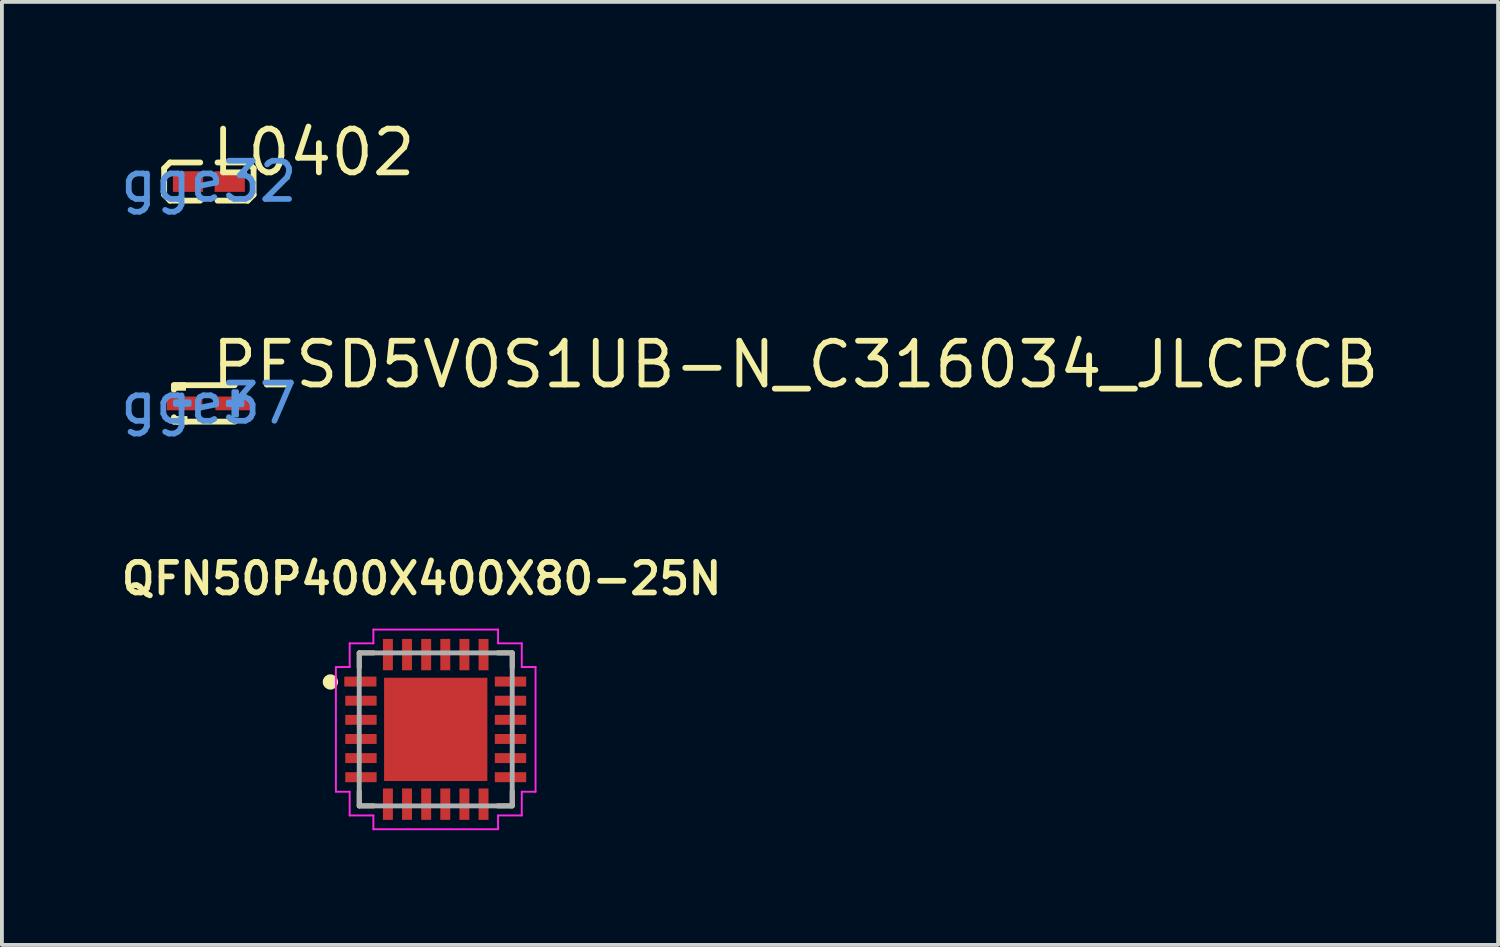
<source format=kicad_pcb>
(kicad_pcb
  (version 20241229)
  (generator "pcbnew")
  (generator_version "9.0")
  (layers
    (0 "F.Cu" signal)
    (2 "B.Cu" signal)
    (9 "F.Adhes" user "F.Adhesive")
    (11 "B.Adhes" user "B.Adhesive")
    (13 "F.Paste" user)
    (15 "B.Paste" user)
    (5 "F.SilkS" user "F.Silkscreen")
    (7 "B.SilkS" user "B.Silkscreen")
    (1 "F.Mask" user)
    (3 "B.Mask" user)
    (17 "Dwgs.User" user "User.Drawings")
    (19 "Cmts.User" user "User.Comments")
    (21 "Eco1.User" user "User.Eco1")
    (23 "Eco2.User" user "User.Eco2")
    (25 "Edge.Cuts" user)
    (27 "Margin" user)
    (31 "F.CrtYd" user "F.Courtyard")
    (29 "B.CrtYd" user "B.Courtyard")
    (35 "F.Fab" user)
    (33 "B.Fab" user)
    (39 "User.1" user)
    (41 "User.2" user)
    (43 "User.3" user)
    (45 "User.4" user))
  (footprint "PESD5V0S1UB-N_C316034_JLCPCB"
    (layer "F.Cu")
    (at 2.411 7.497)
    (property "Reference" "PESD5V0S1UB-N_C316034_JLCPCB" (at 0 -1.016 0) (layer "F.SilkS") (effects (font (size 1.143 1.143) (thickness 0.152)) (justify left)))
    (attr smd)
    (fp_line (start -0.914 -0.476) (end -0.914 -0.356) (stroke (width 0.152) (type solid)) (layer "F.SilkS"))
    (fp_line (start -0.914 0.363) (end -0.914 0.476) (stroke (width 0.152) (type solid)) (layer "F.SilkS"))
    (fp_line (start -0.914 0.476) (end -0.676 0.476) (stroke (width 0.152) (type solid)) (layer "F.SilkS"))
    (fp_line (start -0.676 -0.476) (end -0.914 -0.476) (stroke (width 0.152) (type solid)) (layer "F.SilkS"))
    (fp_line (start -0.676 -0.476) (end 0.676 -0.476) (stroke (width 0.152) (type solid)) (layer "F.SilkS"))
    (fp_line (start -0.676 0.476) (end 0.676 0.476) (stroke (width 0.152) (type solid)) (layer "F.SilkS"))
    (fp_poly (pts (xy -0.6 -0.552) (xy -0.6 -0.332) (xy -0.905 -0.332) (xy -0.905 -0.552)) (stroke (width 0) (type solid)) (fill yes) (layer "F.SilkS"))
    (fp_poly (pts (xy -0.56 0.552) (xy -0.56 0.332) (xy -0.864 0.332) (xy -0.864 0.552)) (stroke (width 0) (type solid)) (fill yes) (layer "F.SilkS"))
    (fp_poly (pts (xy -0.887 -0.055) (xy -0.887 0.041) (xy -0.503 0.041) (xy -0.503 -0.055)) (stroke (width 0.1) (type solid)) (fill no) (layer "Cmts.User"))
    (fp_poly (pts (xy 0.736 -0.32) (xy 0.736 0.32) (xy 0.64 0.32) (xy 0.64 -0.32)) (stroke (width 0.1) (type solid)) (fill no) (layer "Cmts.User"))
    (fp_poly (pts (xy 0.88 -0.048) (xy 0.88 0.048) (xy 0.496 0.048) (xy 0.496 -0.048)) (stroke (width 0.1) (type solid)) (fill no) (layer "Cmts.User"))
    (fp_text user "gge37" (at 0 0 0) (layer "Cmts.User") (effects (font (size 1 1) (thickness 0.15))))
    (pad "1" smd rect (at -0.635 0 180) (size 0.93 0.36) (layers "F.Cu" "F.Mask" "F.Paste"))
    (pad "2" smd rect (at 0.635 0 180) (size 0.93 0.36) (layers "F.Cu" "F.Mask" "F.Paste")))
  (footprint "L0402"
    (layer "F.Cu")
    (at 2.411 1.697)
    (property "Reference" "L0402" (at 0 -0.762 0) (layer "F.SilkS") (effects (font (size 1.143 1.143) (thickness 0.152)) (justify left)))
    (attr smd)
    (fp_line (start -1.169 -0.346) (end -1.016 -0.499) (stroke (width 0.152) (type solid)) (layer "F.SilkS"))
    (fp_line (start -1.169 0.346) (end -1.169 -0.346) (stroke (width 0.152) (type solid)) (layer "F.SilkS"))
    (fp_line (start -1.016 -0.499) (end -0.226 -0.499) (stroke (width 0.152) (type solid)) (layer "F.SilkS"))
    (fp_line (start -1.016 0.499) (end -1.169 0.346) (stroke (width 0.152) (type solid)) (layer "F.SilkS"))
    (fp_line (start -0.226 0.499) (end -1.016 0.499) (stroke (width 0.152) (type solid)) (layer "F.SilkS"))
    (fp_line (start 0.226 0.499) (end 1.016 0.499) (stroke (width 0.152) (type solid)) (layer "F.SilkS"))
    (fp_line (start 1.016 -0.499) (end 0.226 -0.499) (stroke (width 0.152) (type solid)) (layer "F.SilkS"))
    (fp_line (start 1.016 0.499) (end 1.169 0.346) (stroke (width 0.152) (type solid)) (layer "F.SilkS"))
    (fp_line (start 1.169 -0.346) (end 1.016 -0.499) (stroke (width 0.152) (type solid)) (layer "F.SilkS"))
    (fp_line (start 1.169 0.346) (end 1.169 -0.346) (stroke (width 0.152) (type solid)) (layer "F.SilkS"))
    (fp_poly (pts (xy -0.135 0.086) (xy -0.135 -0.086) (xy -0.404 -0.27) (xy -0.9 -0.27) (xy -0.94 -0.23) (xy -0.94 0.23) (xy -0.9 0.27) (xy -0.404 0.27)) (stroke (width 0) (type solid)) (fill yes) (layer "F.Paste"))
    (fp_poly (pts (xy 0.135 0.086) (xy 0.135 -0.086) (xy 0.404 -0.27) (xy 0.9 -0.27) (xy 0.94 -0.23) (xy 0.94 0.23) (xy 0.9 0.27) (xy 0.404 0.27)) (stroke (width 0) (type solid)) (fill yes) (layer "F.Paste"))
    (fp_text user "gge32" (at 0 0 0) (layer "Cmts.User") (effects (font (size 1 1) (thickness 0.15))))
    (pad "1" smd rect (at -0.545 0) (size 0.79 0.54) (layers "F.Cu" "F.Mask" "F.Paste"))
    (pad "2" smd rect (at 0.545 0) (size 0.79 0.54) (layers "F.Cu" "F.Mask" "F.Paste")))
  (footprint "QFN50P400X400X80-25N"
    (layer "F.Cu")
    (at 8.342 16.02)
    (property "Reference" "QFN50P400X400X80-25N" (at -0.369 -3.943 0) (layer "F.SilkS") (effects (font (size 0.8 0.8) (thickness 0.15))))
    (attr through_hole)
    (fp_line (start -2 -2) (end -2 -1.62) (stroke (width 0.127) (type solid)) (layer "F.SilkS"))
    (fp_line (start -2 1.62) (end -2 2) (stroke (width 0.127) (type solid)) (layer "F.SilkS"))
    (fp_line (start -2 2) (end -1.62 2) (stroke (width 0.127) (type solid)) (layer "F.SilkS"))
    (fp_line (start -1.62 -2) (end -2 -2) (stroke (width 0.127) (type solid)) (layer "F.SilkS"))
    (fp_line (start 1.62 2) (end 2 2) (stroke (width 0.127) (type solid)) (layer "F.SilkS"))
    (fp_line (start 2 -2) (end 1.62 -2) (stroke (width 0.127) (type solid)) (layer "F.SilkS"))
    (fp_line (start 2 -1.62) (end 2 -2) (stroke (width 0.127) (type solid)) (layer "F.SilkS"))
    (fp_line (start 2 2) (end 2 1.62) (stroke (width 0.127) (type solid)) (layer "F.SilkS"))
    (fp_circle (center -2.754 -1.24) (end -2.654 -1.24) (stroke (width 0.2) (type solid)) (fill no) (layer "F.SilkS"))
    (fp_poly (pts (xy -1.09 -1.09) (xy -0.13 -1.09) (xy -0.13 -0.13) (xy -1.09 -0.13)) (stroke (width 0.01) (type solid)) (fill yes) (layer "F.Paste"))
    (fp_poly (pts (xy -1.09 0.13) (xy -0.13 0.13) (xy -0.13 1.09) (xy -1.09 1.09)) (stroke (width 0.01) (type solid)) (fill yes) (layer "F.Paste"))
    (fp_poly (pts (xy 0.13 -1.09) (xy 1.09 -1.09) (xy 1.09 -0.13) (xy 0.13 -0.13)) (stroke (width 0.01) (type solid)) (fill yes) (layer "F.Paste"))
    (fp_poly (pts (xy 0.13 0.13) (xy 1.09 0.13) (xy 1.09 1.09) (xy 0.13 1.09)) (stroke (width 0.01) (type solid)) (fill yes) (layer "F.Paste"))
    (fp_line (start -2.61 -1.63) (end -2.61 1.63) (stroke (width 0.05) (type solid)) (layer "F.CrtYd"))
    (fp_line (start -2.61 1.63) (end -2.25 1.63) (stroke (width 0.05) (type solid)) (layer "F.CrtYd"))
    (fp_line (start -2.25 -2.25) (end -2.25 -1.63) (stroke (width 0.05) (type solid)) (layer "F.CrtYd"))
    (fp_line (start -2.25 -1.63) (end -2.61 -1.63) (stroke (width 0.05) (type solid)) (layer "F.CrtYd"))
    (fp_line (start -2.25 1.63) (end -2.25 2.25) (stroke (width 0.05) (type solid)) (layer "F.CrtYd"))
    (fp_line (start -2.25 2.25) (end -1.63 2.25) (stroke (width 0.05) (type solid)) (layer "F.CrtYd"))
    (fp_line (start -1.63 -2.61) (end -1.63 -2.25) (stroke (width 0.05) (type solid)) (layer "F.CrtYd"))
    (fp_line (start -1.63 -2.61) (end 1.63 -2.61) (stroke (width 0.05) (type solid)) (layer "F.CrtYd"))
    (fp_line (start -1.63 -2.25) (end -2.25 -2.25) (stroke (width 0.05) (type solid)) (layer "F.CrtYd"))
    (fp_line (start -1.63 2.25) (end -1.63 2.61) (stroke (width 0.05) (type solid)) (layer "F.CrtYd"))
    (fp_line (start 1.63 -2.25) (end 1.63 -2.61) (stroke (width 0.05) (type solid)) (layer "F.CrtYd"))
    (fp_line (start 1.63 2.25) (end 2.25 2.25) (stroke (width 0.05) (type solid)) (layer "F.CrtYd"))
    (fp_line (start 1.63 2.61) (end -1.63 2.61) (stroke (width 0.05) (type solid)) (layer "F.CrtYd"))
    (fp_line (start 1.63 2.61) (end 1.63 2.25) (stroke (width 0.05) (type solid)) (layer "F.CrtYd"))
    (fp_line (start 2.25 -2.25) (end 1.63 -2.25) (stroke (width 0.05) (type solid)) (layer "F.CrtYd"))
    (fp_line (start 2.25 -1.63) (end 2.25 -2.25) (stroke (width 0.05) (type solid)) (layer "F.CrtYd"))
    (fp_line (start 2.25 1.63) (end 2.61 1.63) (stroke (width 0.05) (type solid)) (layer "F.CrtYd"))
    (fp_line (start 2.25 2.25) (end 2.25 1.63) (stroke (width 0.05) (type solid)) (layer "F.CrtYd"))
    (fp_line (start 2.61 -1.63) (end 2.25 -1.63) (stroke (width 0.05) (type solid)) (layer "F.CrtYd"))
    (fp_line (start 2.61 1.63) (end 2.61 -1.63) (stroke (width 0.05) (type solid)) (layer "F.CrtYd"))
    (fp_line (start -2 -2) (end -2 2) (stroke (width 0.127) (type solid)) (layer "F.Fab"))
    (fp_line (start -2 2) (end 2 2) (stroke (width 0.127) (type solid)) (layer "F.Fab"))
    (fp_line (start 2 -2) (end -2 -2) (stroke (width 0.127) (type solid)) (layer "F.Fab"))
    (fp_line (start 2 2) (end 2 -2) (stroke (width 0.127) (type solid)) (layer "F.Fab"))
    (pad "1" smd roundrect (at -1.97 -1.25) (size 0.84 0.26) (layers "F.Cu" "F.Mask" "F.Paste") (roundrect_rratio 0.01))
    (pad "2" smd roundrect (at -1.955 -0.75) (size 0.82 0.26) (layers "F.Cu" "F.Mask" "F.Paste") (roundrect_rratio 0.01))
    (pad "3" smd roundrect (at -1.955 -0.25) (size 0.82 0.26) (layers "F.Cu" "F.Mask" "F.Paste") (roundrect_rratio 0.01))
    (pad "4" smd roundrect (at -1.955 0.25) (size 0.82 0.26) (layers "F.Cu" "F.Mask" "F.Paste") (roundrect_rratio 0.01))
    (pad "5" smd roundrect (at -1.955 0.75) (size 0.82 0.26) (layers "F.Cu" "F.Mask" "F.Paste") (roundrect_rratio 0.01))
    (pad "6" smd roundrect (at -1.955 1.25) (size 0.82 0.26) (layers "F.Cu" "F.Mask" "F.Paste") (roundrect_rratio 0.01))
    (pad "7" smd roundrect (at -1.25 1.955) (size 0.26 0.82) (layers "F.Cu" "F.Mask" "F.Paste") (roundrect_rratio 0.01))
    (pad "8" smd roundrect (at -0.75 1.955) (size 0.26 0.82) (layers "F.Cu" "F.Mask" "F.Paste") (roundrect_rratio 0.01))
    (pad "9" smd roundrect (at -0.25 1.955) (size 0.26 0.82) (layers "F.Cu" "F.Mask" "F.Paste") (roundrect_rratio 0.01))
    (pad "10" smd roundrect (at 0.25 1.955) (size 0.26 0.82) (layers "F.Cu" "F.Mask" "F.Paste") (roundrect_rratio 0.01))
    (pad "11" smd roundrect (at 0.75 1.955) (size 0.26 0.82) (layers "F.Cu" "F.Mask" "F.Paste") (roundrect_rratio 0.01))
    (pad "12" smd roundrect (at 1.25 1.955) (size 0.26 0.82) (layers "F.Cu" "F.Mask" "F.Paste") (roundrect_rratio 0.01))
    (pad "13" smd roundrect (at 1.955 1.25) (size 0.82 0.26) (layers "F.Cu" "F.Mask" "F.Paste") (roundrect_rratio 0.01))
    (pad "14" smd roundrect (at 1.955 0.75) (size 0.82 0.26) (layers "F.Cu" "F.Mask" "F.Paste") (roundrect_rratio 0.01))
    (pad "15" smd roundrect (at 1.955 0.25) (size 0.82 0.26) (layers "F.Cu" "F.Mask" "F.Paste") (roundrect_rratio 0.01))
    (pad "16" smd roundrect (at 1.955 -0.25) (size 0.82 0.26) (layers "F.Cu" "F.Mask" "F.Paste") (roundrect_rratio 0.01))
    (pad "17" smd roundrect (at 1.955 -0.75) (size 0.82 0.26) (layers "F.Cu" "F.Mask" "F.Paste") (roundrect_rratio 0.01))
    (pad "18" smd roundrect (at 1.955 -1.25) (size 0.82 0.26) (layers "F.Cu" "F.Mask" "F.Paste") (roundrect_rratio 0.01))
    (pad "19" smd roundrect (at 1.25 -1.955) (size 0.26 0.82) (layers "F.Cu" "F.Mask" "F.Paste") (roundrect_rratio 0.01))
    (pad "20" smd roundrect (at 0.75 -1.955) (size 0.26 0.82) (layers "F.Cu" "F.Mask" "F.Paste") (roundrect_rratio 0.01))
    (pad "21" smd roundrect (at 0.25 -1.955) (size 0.26 0.82) (layers "F.Cu" "F.Mask" "F.Paste") (roundrect_rratio 0.01))
    (pad "22" smd roundrect (at -0.25 -1.955) (size 0.26 0.82) (layers "F.Cu" "F.Mask" "F.Paste") (roundrect_rratio 0.01))
    (pad "23" smd roundrect (at -0.75 -1.955) (size 0.26 0.82) (layers "F.Cu" "F.Mask" "F.Paste") (roundrect_rratio 0.01))
    (pad "24" smd roundrect (at -1.25 -1.955) (size 0.26 0.82) (layers "F.Cu" "F.Mask" "F.Paste") (roundrect_rratio 0.01))
    (pad "25" smd rect (at 0 0) (size 2.7 2.7) (layers "F.Cu" "F.Mask")))
  (gr_rect
    (start -3 -3)
    (end 36.118 21.655)
    (stroke (width 0.1) (type default))
    (fill no)
    (layer "Edge.Cuts")))
</source>
